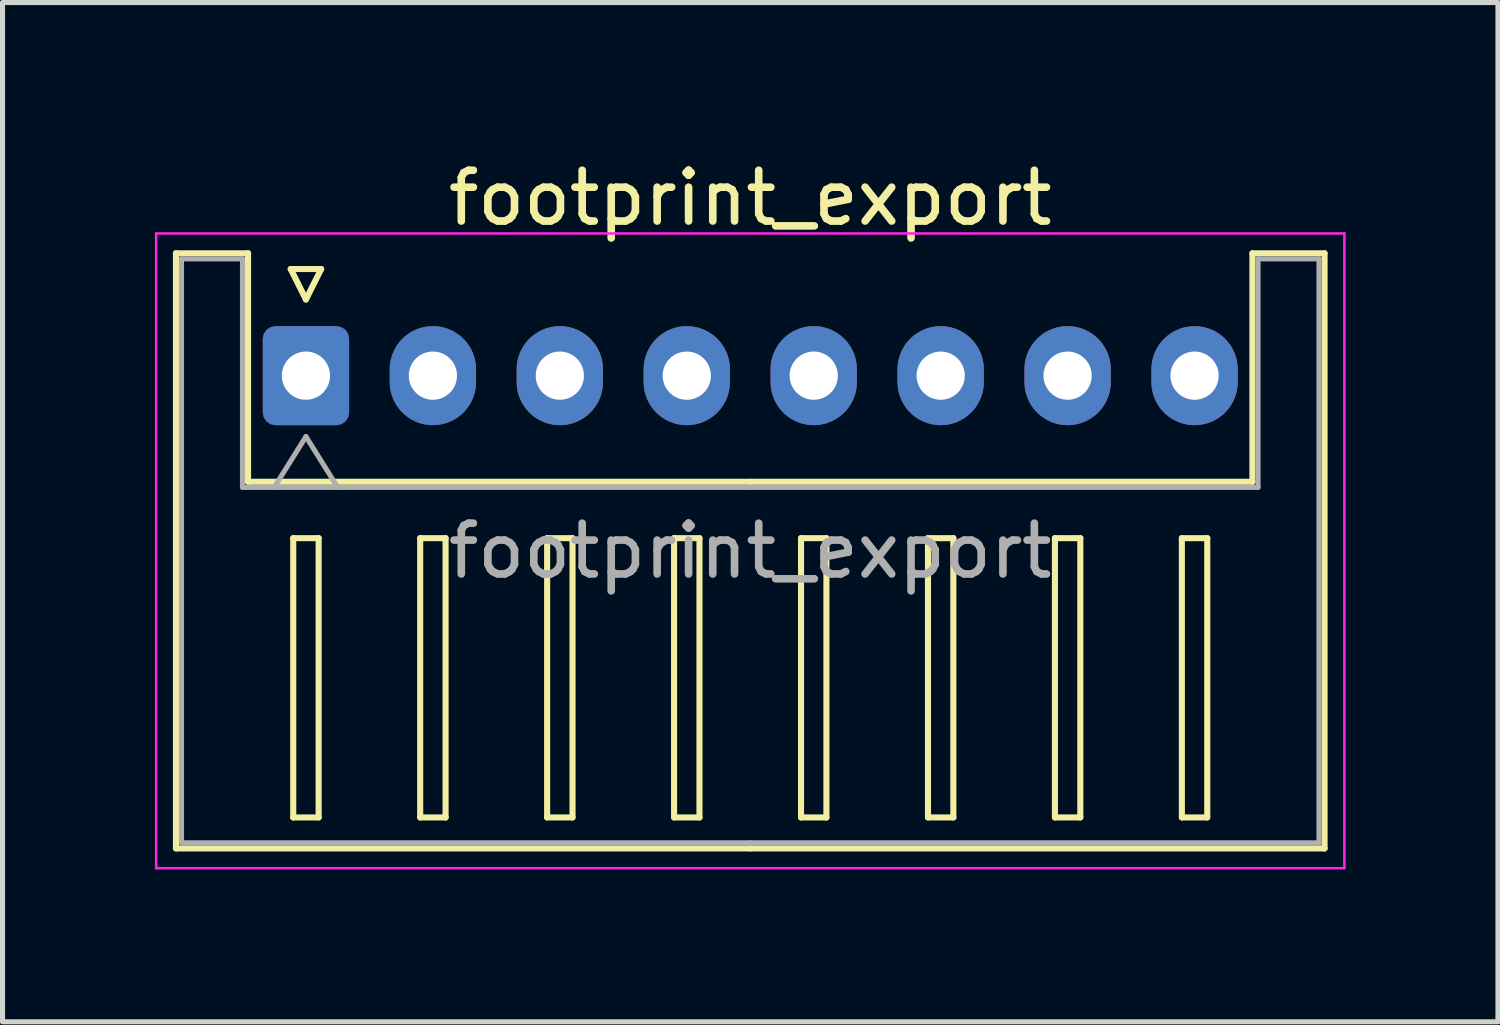
<source format=kicad_pcb>
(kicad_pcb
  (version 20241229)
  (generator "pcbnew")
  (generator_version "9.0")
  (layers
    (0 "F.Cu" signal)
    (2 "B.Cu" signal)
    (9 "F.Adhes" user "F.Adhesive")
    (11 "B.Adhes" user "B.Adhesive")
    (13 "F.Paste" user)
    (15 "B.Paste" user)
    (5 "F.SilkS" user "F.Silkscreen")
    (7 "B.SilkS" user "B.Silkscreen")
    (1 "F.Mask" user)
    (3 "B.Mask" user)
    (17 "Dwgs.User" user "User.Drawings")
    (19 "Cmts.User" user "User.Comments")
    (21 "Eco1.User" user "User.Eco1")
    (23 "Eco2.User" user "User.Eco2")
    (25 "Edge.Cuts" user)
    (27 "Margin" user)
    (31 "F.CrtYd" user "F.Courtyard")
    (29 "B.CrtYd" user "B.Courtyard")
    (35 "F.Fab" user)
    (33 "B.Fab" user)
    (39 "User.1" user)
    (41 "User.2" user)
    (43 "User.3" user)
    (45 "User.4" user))
  (footprint "footprint_export"
    (layer "F.Cu")
    (at 2.975 4.348)
    (property "Reference" "footprint_export" (at 8.75 -3.5 0) (layer "F.SilkS") (effects (font (size 1 1) (thickness 0.15))))
    (attr through_hole)
    (fp_line (start -2.56 -2.41) (end -1.14 -2.41) (stroke (width 0.12) (type solid)) (layer "F.SilkS"))
    (fp_line (start -2.56 9.31) (end -2.56 -2.41) (stroke (width 0.12) (type solid)) (layer "F.SilkS"))
    (fp_line (start -1.14 -2.41) (end -1.14 2.09) (stroke (width 0.12) (type solid)) (layer "F.SilkS"))
    (fp_line (start -1.14 2.09) (end 8.75 2.09) (stroke (width 0.12) (type solid)) (layer "F.SilkS"))
    (fp_line (start -0.3 -2.1) (end 0.3 -2.1) (stroke (width 0.12) (type solid)) (layer "F.SilkS"))
    (fp_line (start -0.25 3.2) (end -0.25 8.7) (stroke (width 0.12) (type solid)) (layer "F.SilkS"))
    (fp_line (start -0.25 8.7) (end 0.25 8.7) (stroke (width 0.12) (type solid)) (layer "F.SilkS"))
    (fp_line (start 0 -1.5) (end -0.3 -2.1) (stroke (width 0.12) (type solid)) (layer "F.SilkS"))
    (fp_line (start 0.25 3.2) (end -0.25 3.2) (stroke (width 0.12) (type solid)) (layer "F.SilkS"))
    (fp_line (start 0.25 8.7) (end 0.25 3.2) (stroke (width 0.12) (type solid)) (layer "F.SilkS"))
    (fp_line (start 0.3 -2.1) (end 0 -1.5) (stroke (width 0.12) (type solid)) (layer "F.SilkS"))
    (fp_line (start 2.25 3.2) (end 2.25 8.7) (stroke (width 0.12) (type solid)) (layer "F.SilkS"))
    (fp_line (start 2.25 8.7) (end 2.75 8.7) (stroke (width 0.12) (type solid)) (layer "F.SilkS"))
    (fp_line (start 2.75 3.2) (end 2.25 3.2) (stroke (width 0.12) (type solid)) (layer "F.SilkS"))
    (fp_line (start 2.75 8.7) (end 2.75 3.2) (stroke (width 0.12) (type solid)) (layer "F.SilkS"))
    (fp_line (start 4.75 3.2) (end 4.75 8.7) (stroke (width 0.12) (type solid)) (layer "F.SilkS"))
    (fp_line (start 4.75 8.7) (end 5.25 8.7) (stroke (width 0.12) (type solid)) (layer "F.SilkS"))
    (fp_line (start 5.25 3.2) (end 4.75 3.2) (stroke (width 0.12) (type solid)) (layer "F.SilkS"))
    (fp_line (start 5.25 8.7) (end 5.25 3.2) (stroke (width 0.12) (type solid)) (layer "F.SilkS"))
    (fp_line (start 7.25 3.2) (end 7.25 8.7) (stroke (width 0.12) (type solid)) (layer "F.SilkS"))
    (fp_line (start 7.25 8.7) (end 7.75 8.7) (stroke (width 0.12) (type solid)) (layer "F.SilkS"))
    (fp_line (start 7.75 3.2) (end 7.25 3.2) (stroke (width 0.12) (type solid)) (layer "F.SilkS"))
    (fp_line (start 7.75 8.7) (end 7.75 3.2) (stroke (width 0.12) (type solid)) (layer "F.SilkS"))
    (fp_line (start 8.75 9.31) (end -2.56 9.31) (stroke (width 0.12) (type solid)) (layer "F.SilkS"))
    (fp_line (start 8.75 9.31) (end 20.06 9.31) (stroke (width 0.12) (type solid)) (layer "F.SilkS"))
    (fp_line (start 9.75 3.2) (end 9.75 8.7) (stroke (width 0.12) (type solid)) (layer "F.SilkS"))
    (fp_line (start 9.75 8.7) (end 10.25 8.7) (stroke (width 0.12) (type solid)) (layer "F.SilkS"))
    (fp_line (start 10.25 3.2) (end 9.75 3.2) (stroke (width 0.12) (type solid)) (layer "F.SilkS"))
    (fp_line (start 10.25 8.7) (end 10.25 3.2) (stroke (width 0.12) (type solid)) (layer "F.SilkS"))
    (fp_line (start 12.25 3.2) (end 12.25 8.7) (stroke (width 0.12) (type solid)) (layer "F.SilkS"))
    (fp_line (start 12.25 8.7) (end 12.75 8.7) (stroke (width 0.12) (type solid)) (layer "F.SilkS"))
    (fp_line (start 12.75 3.2) (end 12.25 3.2) (stroke (width 0.12) (type solid)) (layer "F.SilkS"))
    (fp_line (start 12.75 8.7) (end 12.75 3.2) (stroke (width 0.12) (type solid)) (layer "F.SilkS"))
    (fp_line (start 14.75 3.2) (end 14.75 8.7) (stroke (width 0.12) (type solid)) (layer "F.SilkS"))
    (fp_line (start 14.75 8.7) (end 15.25 8.7) (stroke (width 0.12) (type solid)) (layer "F.SilkS"))
    (fp_line (start 15.25 3.2) (end 14.75 3.2) (stroke (width 0.12) (type solid)) (layer "F.SilkS"))
    (fp_line (start 15.25 8.7) (end 15.25 3.2) (stroke (width 0.12) (type solid)) (layer "F.SilkS"))
    (fp_line (start 17.25 3.2) (end 17.25 8.7) (stroke (width 0.12) (type solid)) (layer "F.SilkS"))
    (fp_line (start 17.25 8.7) (end 17.75 8.7) (stroke (width 0.12) (type solid)) (layer "F.SilkS"))
    (fp_line (start 17.75 3.2) (end 17.25 3.2) (stroke (width 0.12) (type solid)) (layer "F.SilkS"))
    (fp_line (start 17.75 8.7) (end 17.75 3.2) (stroke (width 0.12) (type solid)) (layer "F.SilkS"))
    (fp_line (start 18.64 -2.41) (end 18.64 2.09) (stroke (width 0.12) (type solid)) (layer "F.SilkS"))
    (fp_line (start 18.64 2.09) (end 8.75 2.09) (stroke (width 0.12) (type solid)) (layer "F.SilkS"))
    (fp_line (start 20.06 -2.41) (end 18.64 -2.41) (stroke (width 0.12) (type solid)) (layer "F.SilkS"))
    (fp_line (start 20.06 9.31) (end 20.06 -2.41) (stroke (width 0.12) (type solid)) (layer "F.SilkS"))
    (fp_line (start -2.95 -2.8) (end -2.95 9.7) (stroke (width 0.05) (type solid)) (layer "F.CrtYd"))
    (fp_line (start -2.95 9.7) (end 20.45 9.7) (stroke (width 0.05) (type solid)) (layer "F.CrtYd"))
    (fp_line (start 20.45 -2.8) (end -2.95 -2.8) (stroke (width 0.05) (type solid)) (layer "F.CrtYd"))
    (fp_line (start 20.45 9.7) (end 20.45 -2.8) (stroke (width 0.05) (type solid)) (layer "F.CrtYd"))
    (fp_line (start -2.45 -2.3) (end -1.25 -2.3) (stroke (width 0.1) (type solid)) (layer "F.Fab"))
    (fp_line (start -2.45 9.2) (end -2.45 -2.3) (stroke (width 0.1) (type solid)) (layer "F.Fab"))
    (fp_line (start -1.25 -2.3) (end -1.25 2.2) (stroke (width 0.1) (type solid)) (layer "F.Fab"))
    (fp_line (start -1.25 2.2) (end 8.75 2.2) (stroke (width 0.1) (type solid)) (layer "F.Fab"))
    (fp_line (start -0.625 2.2) (end 0 1.2) (stroke (width 0.1) (type solid)) (layer "F.Fab"))
    (fp_line (start 0 1.2) (end 0.625 2.2) (stroke (width 0.1) (type solid)) (layer "F.Fab"))
    (fp_line (start 8.75 9.2) (end -2.45 9.2) (stroke (width 0.1) (type solid)) (layer "F.Fab"))
    (fp_line (start 8.75 9.2) (end 19.95 9.2) (stroke (width 0.1) (type solid)) (layer "F.Fab"))
    (fp_line (start 18.75 -2.3) (end 18.75 2.2) (stroke (width 0.1) (type solid)) (layer "F.Fab"))
    (fp_line (start 18.75 2.2) (end 8.75 2.2) (stroke (width 0.1) (type solid)) (layer "F.Fab"))
    (fp_line (start 19.95 -2.3) (end 18.75 -2.3) (stroke (width 0.1) (type solid)) (layer "F.Fab"))
    (fp_line (start 19.95 9.2) (end 19.95 -2.3) (stroke (width 0.1) (type solid)) (layer "F.Fab"))
    (fp_text user "${REFERENCE}" (at 8.75 3.45 0) (layer "F.Fab") (effects (font (size 1 1) (thickness 0.15))))
    (pad "1" thru_hole roundrect (at 0 0) (size 1.7 1.95) (drill 0.95) (layers "*.Cu" "*.Mask") (roundrect_rratio 0.147))
    (pad "2" thru_hole oval (at 2.5 0) (size 1.7 1.95) (drill 0.95) (layers "*.Cu" "*.Mask"))
    (pad "3" thru_hole oval (at 5 0) (size 1.7 1.95) (drill 0.95) (layers "*.Cu" "*.Mask"))
    (pad "4" thru_hole oval (at 7.5 0) (size 1.7 1.95) (drill 0.95) (layers "*.Cu" "*.Mask"))
    (pad "5" thru_hole oval (at 10 0) (size 1.7 1.95) (drill 0.95) (layers "*.Cu" "*.Mask"))
    (pad "6" thru_hole oval (at 12.5 0) (size 1.7 1.95) (drill 0.95) (layers "*.Cu" "*.Mask"))
    (pad "7" thru_hole oval (at 15 0) (size 1.7 1.95) (drill 0.95) (layers "*.Cu" "*.Mask"))
    (pad "8" thru_hole oval (at 17.5 0) (size 1.7 1.95) (drill 0.95) (layers "*.Cu" "*.Mask")))
  (gr_rect
    (start -3 -3)
    (end 26.45 17.073)
    (stroke (width 0.1) (type default))
    (fill no)
    (layer "Edge.Cuts")))
</source>
